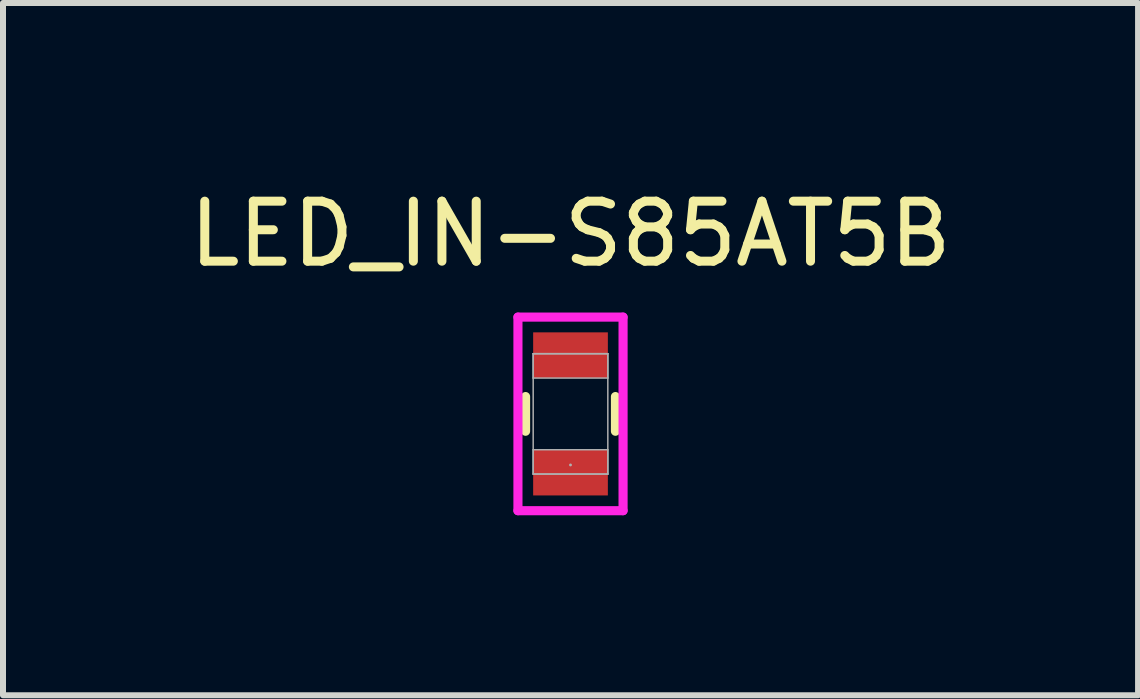
<source format=kicad_pcb>
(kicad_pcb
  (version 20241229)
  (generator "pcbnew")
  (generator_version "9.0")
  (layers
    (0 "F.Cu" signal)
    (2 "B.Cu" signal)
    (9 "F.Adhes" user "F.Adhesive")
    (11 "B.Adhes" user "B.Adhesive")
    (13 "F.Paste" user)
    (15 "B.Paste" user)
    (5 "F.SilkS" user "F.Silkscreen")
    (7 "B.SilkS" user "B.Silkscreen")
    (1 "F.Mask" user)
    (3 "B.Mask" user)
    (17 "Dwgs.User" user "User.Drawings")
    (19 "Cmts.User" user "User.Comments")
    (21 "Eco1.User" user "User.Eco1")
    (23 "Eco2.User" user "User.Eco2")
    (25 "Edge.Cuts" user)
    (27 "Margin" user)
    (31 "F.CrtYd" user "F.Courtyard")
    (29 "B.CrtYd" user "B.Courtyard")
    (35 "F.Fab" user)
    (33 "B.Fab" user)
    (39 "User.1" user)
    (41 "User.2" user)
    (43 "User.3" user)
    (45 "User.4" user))
  (footprint "LED_IN-S85AT5B"
    (layer "F.Cu")
    (at 6.458 3.848)
    (property "Reference" "LED_IN-S85AT5B" (at 0 -3 0) (unlocked yes) (layer "F.SilkS") (effects (font (size 1 1) (thickness 0.15))))
    (attr smd)
    (fp_line (start -0.749 -0.289) (end -0.749 0.289) (stroke (width 0.152) (type solid)) (layer "F.SilkS"))
    (fp_line (start 0.749 0.289) (end 0.749 -0.289) (stroke (width 0.152) (type solid)) (layer "F.SilkS"))
    (fp_line (start -0.876 -1.613) (end 0.876 -1.613) (stroke (width 0.152) (type solid)) (layer "F.CrtYd"))
    (fp_line (start -0.876 1.613) (end -0.876 -1.613) (stroke (width 0.152) (type solid)) (layer "F.CrtYd"))
    (fp_line (start 0.876 -1.613) (end 0.876 1.613) (stroke (width 0.152) (type solid)) (layer "F.CrtYd"))
    (fp_line (start 0.876 1.613) (end -0.876 1.613) (stroke (width 0.152) (type solid)) (layer "F.CrtYd"))
    (fp_line (start -0.622 -1.003) (end -0.622 -0.597) (stroke (width 0.025) (type solid)) (layer "F.Fab"))
    (fp_line (start -0.622 -1.003) (end -0.622 1.003) (stroke (width 0.025) (type solid)) (layer "F.Fab"))
    (fp_line (start -0.622 -0.597) (end 0.622 -0.597) (stroke (width 0.025) (type solid)) (layer "F.Fab"))
    (fp_line (start -0.622 0.597) (end -0.622 1.003) (stroke (width 0.025) (type solid)) (layer "F.Fab"))
    (fp_line (start -0.622 1.003) (end 0.622 1.003) (stroke (width 0.025) (type solid)) (layer "F.Fab"))
    (fp_line (start -0.622 1.003) (end 0.622 1.003) (stroke (width 0.025) (type solid)) (layer "F.Fab"))
    (fp_line (start 0.622 -1.003) (end -0.622 -1.003) (stroke (width 0.025) (type solid)) (layer "F.Fab"))
    (fp_line (start 0.622 -1.003) (end -0.622 -1.003) (stroke (width 0.025) (type solid)) (layer "F.Fab"))
    (fp_line (start 0.622 -0.597) (end 0.622 -1.003) (stroke (width 0.025) (type solid)) (layer "F.Fab"))
    (fp_line (start 0.622 0.597) (end -0.622 0.597) (stroke (width 0.025) (type solid)) (layer "F.Fab"))
    (fp_line (start 0.622 1.003) (end 0.622 -1.003) (stroke (width 0.025) (type solid)) (layer "F.Fab"))
    (fp_line (start 0.622 1.003) (end 0.622 0.597) (stroke (width 0.025) (type solid)) (layer "F.Fab"))
    (fp_circle (center 0 0.851) (end 0 0.851) (stroke (width 0.025) (type solid)) (fill no) (layer "F.Fab"))
    (pad "1" smd rect (at 0 0.978 90) (size 0.762 1.245) (layers "F.Cu" "F.Mask" "F.Paste"))
    (pad "2" smd rect (at 0 -0.978 90) (size 0.762 1.245) (layers "F.Cu" "F.Mask" "F.Paste"))
    (zone (net_name "") (layer "F.Cu") (hatch full 0.508) (connect_pads) (min_thickness 0.254) (filled_areas_thickness no) (keepout (tracks not_allowed) (vias not_allowed) (pads allowed) (copperpour not_allowed) (footprints allowed)) (placement (enabled no)) (fill) (polygon (pts (xy 5.887 4.394) (xy 5.887 3.302) (xy 7.03 3.302) (xy 7.03 4.394)))))
  (gr_rect
    (start -3 -3)
    (end 15.917 8.537)
    (stroke (width 0.1) (type default))
    (fill no)
    (layer "Edge.Cuts")))
</source>
